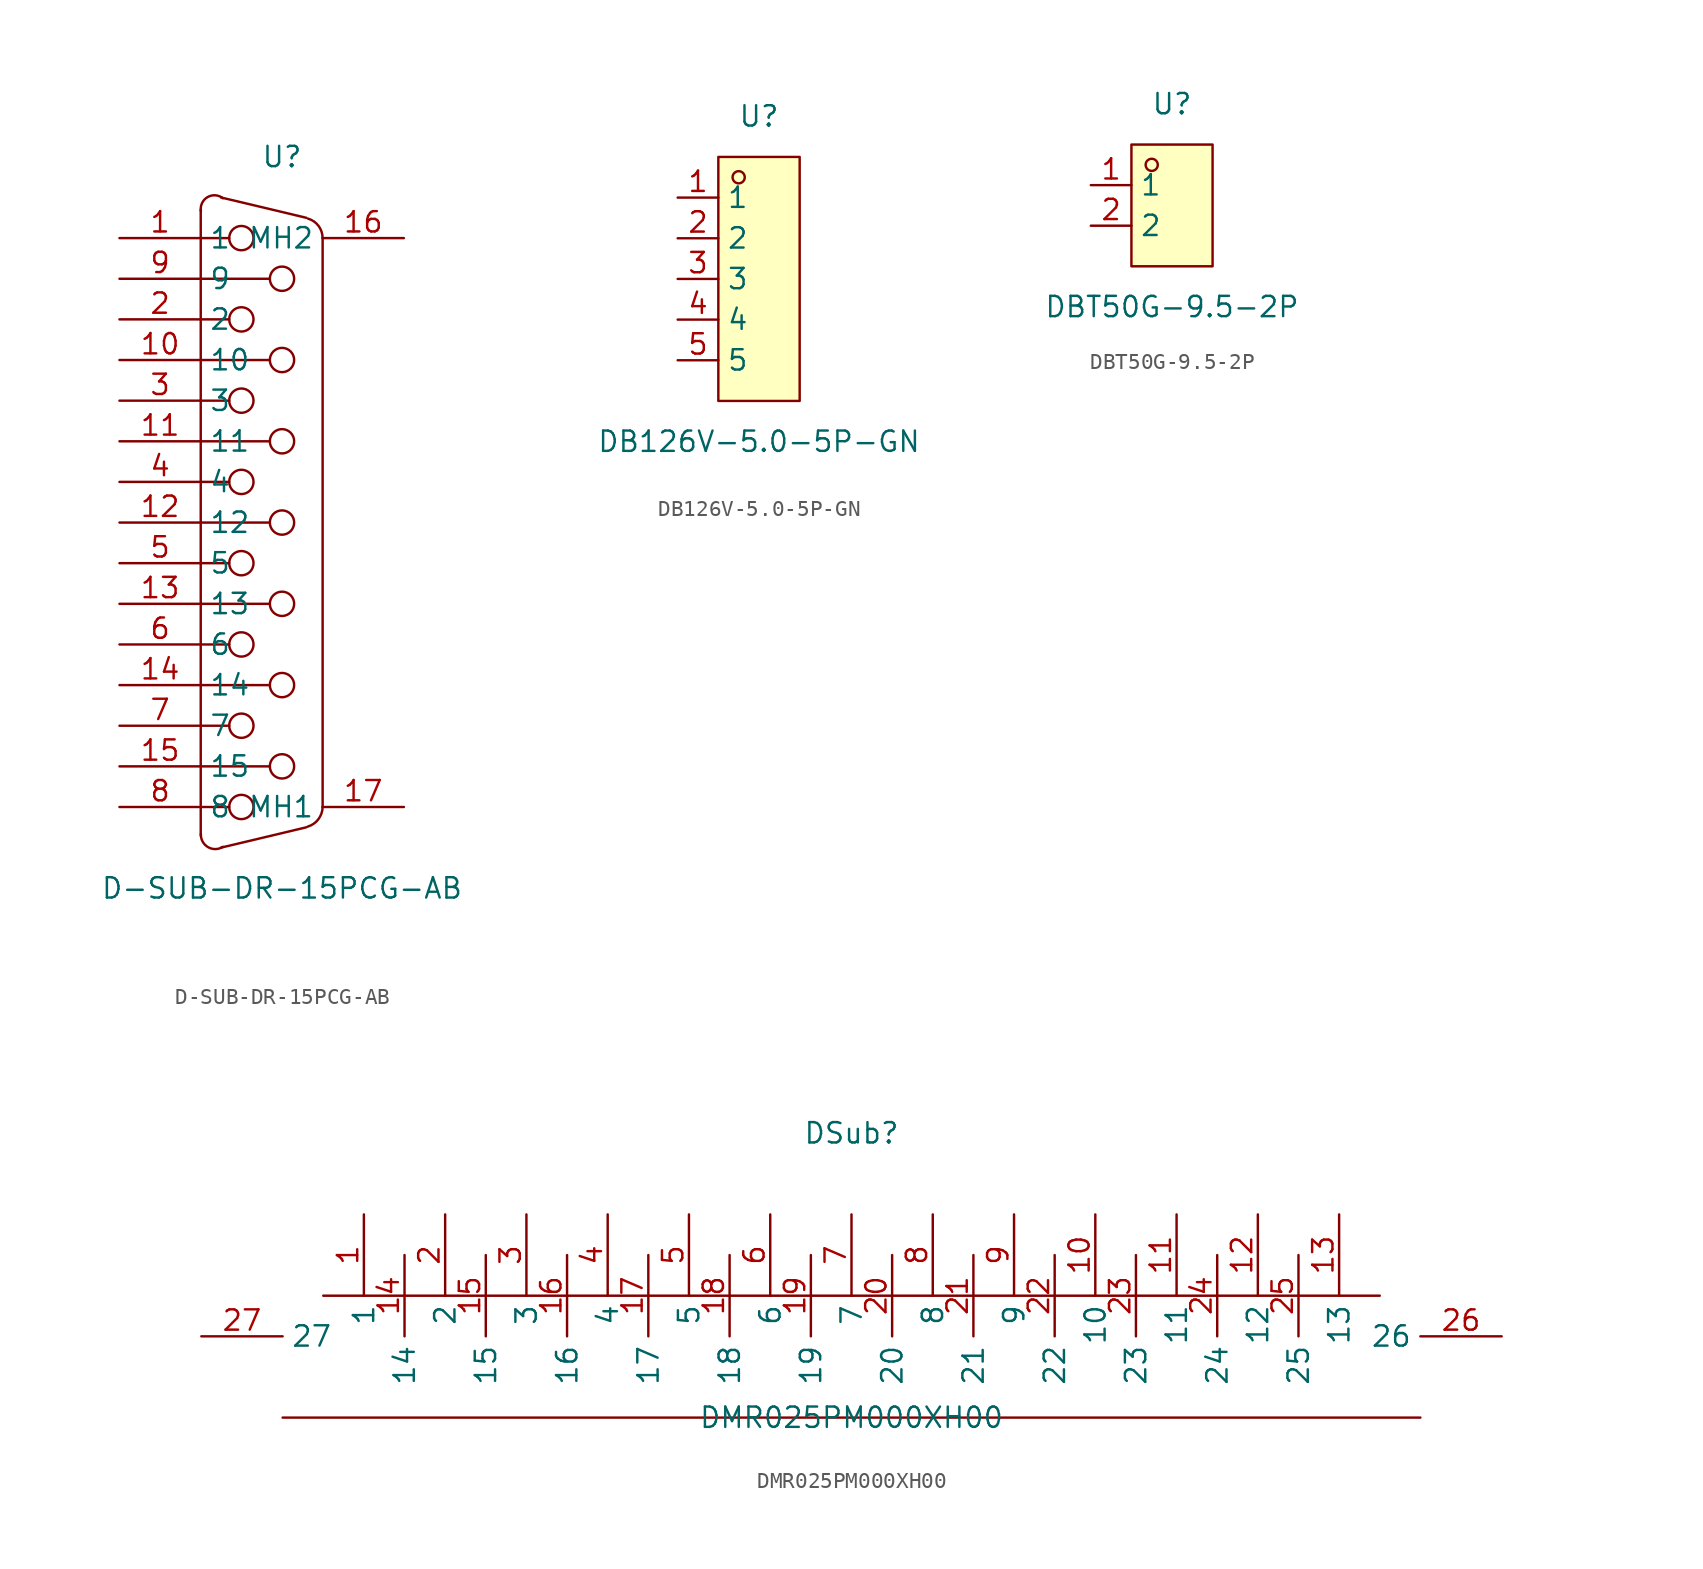
<source format=kicad_sym>
(kicad_symbol_lib
  (version 20211014)
  (generator https://github.com/uPesy/easyeda2kicad.py)
  (symbol "D-SUB-DR-15PCG-AB"
    (property "Reference" "U"
      (at 0 22.86 0)
      (effects (font (size 1.27 1.27))))
    (property "Value" "D-SUB-DR-15PCG-AB"
      (at 0 -22.86 0)
      (effects (font (size 1.27 1.27))))
    (symbol "D-SUB-DR-15PCG-AB_0_1"
      (circle (center 0.00 -0.00) (radius 0.76) (stroke (width 0) (type default) (color 0 0 0 0)) (fill (type none)))
      (circle (center 0.00 5.08) (radius 0.76) (stroke (width 0) (type default) (color 0 0 0 0)) (fill (type none)))
      (circle (center 0.00 10.16) (radius 0.76) (stroke (width 0) (type default) (color 0 0 0 0)) (fill (type none)))
      (circle (center 0.00 15.24) (radius 0.76) (stroke (width 0) (type default) (color 0 0 0 0)) (fill (type none)))
      (circle (center -2.54 -2.54) (radius 0.76) (stroke (width 0) (type default) (color 0 0 0 0)) (fill (type none)))
      (circle (center -2.54 2.54) (radius 0.76) (stroke (width 0) (type default) (color 0 0 0 0)) (fill (type none)))
      (circle (center -2.54 7.62) (radius 0.76) (stroke (width 0) (type default) (color 0 0 0 0)) (fill (type none)))
      (circle (center -2.54 12.70) (radius 0.76) (stroke (width 0) (type default) (color 0 0 0 0)) (fill (type none)))
      (circle (center -2.54 17.78) (radius 0.76) (stroke (width 0) (type default) (color 0 0 0 0)) (fill (type none)))
      (circle (center 0.00 -15.24) (radius 0.76) (stroke (width 0) (type default) (color 0 0 0 0)) (fill (type none)))
      (circle (center 0.00 -10.16) (radius 0.76) (stroke (width 0) (type default) (color 0 0 0 0)) (fill (type none)))
      (circle (center 0.00 -5.08) (radius 0.76) (stroke (width 0) (type default) (color 0 0 0 0)) (fill (type none)))
      (circle (center -2.54 -17.78) (radius 0.76) (stroke (width 0) (type default) (color 0 0 0 0)) (fill (type none)))
      (circle (center -2.54 -12.70) (radius 0.76) (stroke (width 0) (type default) (color 0 0 0 0)) (fill (type none)))
      (circle (center -2.54 -7.62) (radius 0.76) (stroke (width 0) (type default) (color 0 0 0 0)) (fill (type none)))
      (arc (start 2.54 17.78) (mid 2.24 16.96) (end 1.62 19.00) (stroke (width 0) (type default) (color 0 0 0 0)) (fill (type none)))
      (arc (start -3.69 20.27) (mid -4.96 20.04) (end -5.07 19.47) (stroke (width 0) (type default) (color 0 0 0 0)) (fill (type none)))
      (arc (start 1.60 -19.01) (mid 2.51 -18.03) (end 2.54 -17.78) (stroke (width 0) (type default) (color 0 0 0 0)) (fill (type none)))
      (arc (start -5.07 -19.47) (mid -4.96 -19.08) (end -3.69 -20.27) (stroke (width 0) (type default) (color 0 0 0 0)) (fill (type none)))
      (polyline (pts (xy -3.30 12.70) (xy -5.08 12.70)) (stroke (width 0) (type default) (color 0 0 0 0)) (fill (type none)))
      (polyline (pts (xy -3.30 17.78) (xy -5.08 17.78)) (stroke (width 0) (type default) (color 0 0 0 0)) (fill (type none)))
      (polyline (pts (xy -3.30 7.62) (xy -5.08 7.62)) (stroke (width 0) (type default) (color 0 0 0 0)) (fill (type none)))
      (polyline (pts (xy -5.08 15.24) (xy -0.76 15.24)) (stroke (width 0) (type default) (color 0 0 0 0)) (fill (type none)))
      (polyline (pts (xy -3.30 2.54) (xy -5.08 2.54)) (stroke (width 0) (type default) (color 0 0 0 0)) (fill (type none)))
      (polyline (pts (xy -5.08 10.16) (xy -0.76 10.16)) (stroke (width 0) (type default) (color 0 0 0 0)) (fill (type none)))
      (polyline (pts (xy -3.30 -2.54) (xy -5.08 -2.54)) (stroke (width 0) (type default) (color 0 0 0 0)) (fill (type none)))
      (polyline (pts (xy -5.08 5.08) (xy -0.76 5.08)) (stroke (width 0) (type default) (color 0 0 0 0)) (fill (type none)))
      (polyline (pts (xy -5.08 -0.00) (xy -0.76 -0.00)) (stroke (width 0) (type default) (color 0 0 0 0)) (fill (type none)))
      (polyline (pts (xy -5.08 -2.54) (xy -5.08 17.78)) (stroke (width 0) (type default) (color 0 0 0 0)) (fill (type none)))
      (polyline (pts (xy 2.54 -17.78) (xy 2.54 17.78)) (stroke (width 0) (type default) (color 0 0 0 0)) (fill (type none)))
      (polyline (pts (xy -5.08 19.56) (xy -5.08 17.78)) (stroke (width 0) (type default) (color 0 0 0 0)) (fill (type none)))
      (polyline (pts (xy 1.52 19.05) (xy -3.81 20.32)) (stroke (width 0) (type default) (color 0 0 0 0)) (fill (type none)))
      (polyline (pts (xy -5.08 -19.56) (xy -5.08 -2.54)) (stroke (width 0) (type default) (color 0 0 0 0)) (fill (type none)))
      (polyline (pts (xy 1.52 -19.05) (xy -3.81 -20.32)) (stroke (width 0) (type default) (color 0 0 0 0)) (fill (type none)))
      (polyline (pts (xy -3.30 -7.62) (xy -5.08 -7.62)) (stroke (width 0) (type default) (color 0 0 0 0)) (fill (type none)))
      (polyline (pts (xy -3.30 -12.70) (xy -5.08 -12.70)) (stroke (width 0) (type default) (color 0 0 0 0)) (fill (type none)))
      (polyline (pts (xy -5.08 -5.08) (xy -0.76 -5.08)) (stroke (width 0) (type default) (color 0 0 0 0)) (fill (type none)))
      (polyline (pts (xy -3.30 -17.78) (xy -5.08 -17.78)) (stroke (width 0) (type default) (color 0 0 0 0)) (fill (type none)))
      (polyline (pts (xy -5.08 -10.16) (xy -0.76 -10.16)) (stroke (width 0) (type default) (color 0 0 0 0)) (fill (type none)))
      (polyline (pts (xy -5.08 -15.24) (xy -0.76 -15.24)) (stroke (width 0) (type default) (color 0 0 0 0)) (fill (type none)))
      (pin input line (at -10.16 17.78 0) (length 5.08) (name "1" (effects (font (size 1.27 1.27)))) (number "1" (effects (font (size 1.27 1.27)))))
      (pin input line (at -10.16 12.70 0) (length 5.08) (name "2" (effects (font (size 1.27 1.27)))) (number "2" (effects (font (size 1.27 1.27)))))
      (pin input line (at -10.16 7.62 0) (length 5.08) (name "3" (effects (font (size 1.27 1.27)))) (number "3" (effects (font (size 1.27 1.27)))))
      (pin input line (at -10.16 2.54 0) (length 5.08) (name "4" (effects (font (size 1.27 1.27)))) (number "4" (effects (font (size 1.27 1.27)))))
      (pin input line (at -10.16 -2.54 0) (length 5.08) (name "5" (effects (font (size 1.27 1.27)))) (number "5" (effects (font (size 1.27 1.27)))))
      (pin input line (at -10.16 15.24 0) (length 5.08) (name "9" (effects (font (size 1.27 1.27)))) (number "9" (effects (font (size 1.27 1.27)))))
      (pin input line (at -10.16 10.16 0) (length 5.08) (name "10" (effects (font (size 1.27 1.27)))) (number "10" (effects (font (size 1.27 1.27)))))
      (pin input line (at -10.16 5.08 0) (length 5.08) (name "11" (effects (font (size 1.27 1.27)))) (number "11" (effects (font (size 1.27 1.27)))))
      (pin input line (at 7.62 17.78 180) (length 5.08) (name "MH2" (effects (font (size 1.27 1.27)))) (number "16" (effects (font (size 1.27 1.27)))))
      (pin input line (at 7.62 -17.78 180) (length 5.08) (name "MH1" (effects (font (size 1.27 1.27)))) (number "17" (effects (font (size 1.27 1.27)))))
      (pin input line (at -10.16 -7.62 0) (length 5.08) (name "6" (effects (font (size 1.27 1.27)))) (number "6" (effects (font (size 1.27 1.27)))))
      (pin input line (at -10.16 -12.70 0) (length 5.08) (name "7" (effects (font (size 1.27 1.27)))) (number "7" (effects (font (size 1.27 1.27)))))
      (pin input line (at -10.16 -17.78 0) (length 5.08) (name "8" (effects (font (size 1.27 1.27)))) (number "8" (effects (font (size 1.27 1.27)))))
      (pin input line (at -10.16 -0.00 0) (length 5.08) (name "12" (effects (font (size 1.27 1.27)))) (number "12" (effects (font (size 1.27 1.27)))))
      (pin input line (at -10.16 -5.08 0) (length 5.08) (name "13" (effects (font (size 1.27 1.27)))) (number "13" (effects (font (size 1.27 1.27)))))
      (pin input line (at -10.16 -10.16 0) (length 5.08) (name "14" (effects (font (size 1.27 1.27)))) (number "14" (effects (font (size 1.27 1.27)))))
      (pin input line (at -10.16 -15.24 0) (length 5.08) (name "15" (effects (font (size 1.27 1.27)))) (number "15" (effects (font (size 1.27 1.27)))))))
  (symbol "DB126V-5.0-5P-GN"
    (property "Reference" "U"
      (at 0 10.16 0)
      (effects (font (size 1.27 1.27))))
    (property "Value" "DB126V-5.0-5P-GN"
      (at 0 -10.16 0)
      (effects (font (size 1.27 1.27))))
    (symbol "DB126V-5.0-5P-GN_0_1"
      (rectangle (start -2.54 7.62) (end 2.54 -7.62) (stroke (width 0) (type default) (color 0 0 0 0)) (fill (type background)))
      (circle (center -1.27 6.35) (radius 0.38) (stroke (width 0) (type default) (color 0 0 0 0)) (fill (type none)))
      (pin unspecified line (at -5.08 5.08 0) (length 2.54) (name "1" (effects (font (size 1.27 1.27)))) (number "1" (effects (font (size 1.27 1.27)))))
      (pin unspecified line (at -5.08 2.54 0) (length 2.54) (name "2" (effects (font (size 1.27 1.27)))) (number "2" (effects (font (size 1.27 1.27)))))
      (pin unspecified line (at -5.08 -0.00 0) (length 2.54) (name "3" (effects (font (size 1.27 1.27)))) (number "3" (effects (font (size 1.27 1.27)))))
      (pin unspecified line (at -5.08 -2.54 0) (length 2.54) (name "4" (effects (font (size 1.27 1.27)))) (number "4" (effects (font (size 1.27 1.27)))))
      (pin unspecified line (at -5.08 -5.08 0) (length 2.54) (name "5" (effects (font (size 1.27 1.27)))) (number "5" (effects (font (size 1.27 1.27)))))))
  (symbol "DBT50G-9.5-2P"
    (property "Reference" "U"
      (at 0 6.35 0)
      (effects (font (size 1.27 1.27))))
    (property "Value" "DBT50G-9.5-2P"
      (at 0 -6.35 0)
      (effects (font (size 1.27 1.27))))
    (symbol "DBT50G-9.5-2P_0_1"
      (rectangle (start -2.54 3.81) (end 2.54 -3.81) (stroke (width 0) (type default) (color 0 0 0 0)) (fill (type background)))
      (circle (center -1.27 2.54) (radius 0.38) (stroke (width 0) (type default) (color 0 0 0 0)) (fill (type none)))
      (pin unspecified line (at -5.08 1.27 0) (length 2.54) (name "1" (effects (font (size 1.27 1.27)))) (number "1" (effects (font (size 1.27 1.27)))))
      (pin unspecified line (at -5.08 -1.27 0) (length 2.54) (name "2" (effects (font (size 1.27 1.27)))) (number "2" (effects (font (size 1.27 1.27)))))))
  (symbol "DMR025PM000XH00"
    (property "Reference" "DSub"
      (at 0 11.43 0)
      (effects (font (size 1.27 1.27))))
    (property "Value" "DMR025PM000XH00"
      (at 0 -6.35 0)
      (effects (font (size 1.27 1.27))))
    (symbol "DMR025PM000XH00_0_1"
      (polyline (pts (xy -33.02 1.27)) (stroke (width 0) (type default) (color 0 0 0 0)) (fill (type background)))
      (polyline (pts (xy 33.02 1.27)) (stroke (width 0) (type default) (color 0 0 0 0)) (fill (type background)))
      (polyline (pts (xy -33.02 1.27) (xy 33.02 1.27)) (stroke (width 0) (type default) (color 0 0 0 0)) (fill (type none)))
      (polyline (pts (xy -35.56 -6.35) (xy 35.56 -6.35)) (stroke (width 0) (type default) (color 0 0 0 0)) (fill (type none)))
      (pin unspecified line (at -30.48 6.35 270) (length 5.08) (name "1" (effects (font (size 1.27 1.27)))) (number "1" (effects (font (size 1.27 1.27)))))
      (pin unspecified line (at -25.40 6.35 270) (length 5.08) (name "2" (effects (font (size 1.27 1.27)))) (number "2" (effects (font (size 1.27 1.27)))))
      (pin unspecified line (at -20.32 6.35 270) (length 5.08) (name "3" (effects (font (size 1.27 1.27)))) (number "3" (effects (font (size 1.27 1.27)))))
      (pin unspecified line (at -15.24 6.35 270) (length 5.08) (name "4" (effects (font (size 1.27 1.27)))) (number "4" (effects (font (size 1.27 1.27)))))
      (pin unspecified line (at -10.16 6.35 270) (length 5.08) (name "5" (effects (font (size 1.27 1.27)))) (number "5" (effects (font (size 1.27 1.27)))))
      (pin unspecified line (at -5.08 6.35 270) (length 5.08) (name "6" (effects (font (size 1.27 1.27)))) (number "6" (effects (font (size 1.27 1.27)))))
      (pin unspecified line (at 0.00 6.35 270) (length 5.08) (name "7" (effects (font (size 1.27 1.27)))) (number "7" (effects (font (size 1.27 1.27)))))
      (pin unspecified line (at 5.08 6.35 270) (length 5.08) (name "8" (effects (font (size 1.27 1.27)))) (number "8" (effects (font (size 1.27 1.27)))))
      (pin unspecified line (at 10.16 6.35 270) (length 5.08) (name "9" (effects (font (size 1.27 1.27)))) (number "9" (effects (font (size 1.27 1.27)))))
      (pin unspecified line (at 15.24 6.35 270) (length 5.08) (name "10" (effects (font (size 1.27 1.27)))) (number "10" (effects (font (size 1.27 1.27)))))
      (pin unspecified line (at 20.32 6.35 270) (length 5.08) (name "11" (effects (font (size 1.27 1.27)))) (number "11" (effects (font (size 1.27 1.27)))))
      (pin unspecified line (at 25.40 6.35 270) (length 5.08) (name "12" (effects (font (size 1.27 1.27)))) (number "12" (effects (font (size 1.27 1.27)))))
      (pin unspecified line (at 30.48 6.35 270) (length 5.08) (name "13" (effects (font (size 1.27 1.27)))) (number "13" (effects (font (size 1.27 1.27)))))
      (pin unspecified line (at -27.94 3.81 270) (length 5.08) (name "14" (effects (font (size 1.27 1.27)))) (number "14" (effects (font (size 1.27 1.27)))))
      (pin unspecified line (at -22.86 3.81 270) (length 5.08) (name "15" (effects (font (size 1.27 1.27)))) (number "15" (effects (font (size 1.27 1.27)))))
      (pin unspecified line (at -17.78 3.81 270) (length 5.08) (name "16" (effects (font (size 1.27 1.27)))) (number "16" (effects (font (size 1.27 1.27)))))
      (pin unspecified line (at -12.70 3.81 270) (length 5.08) (name "17" (effects (font (size 1.27 1.27)))) (number "17" (effects (font (size 1.27 1.27)))))
      (pin unspecified line (at -7.62 3.81 270) (length 5.08) (name "18" (effects (font (size 1.27 1.27)))) (number "18" (effects (font (size 1.27 1.27)))))
      (pin unspecified line (at -2.54 3.81 270) (length 5.08) (name "19" (effects (font (size 1.27 1.27)))) (number "19" (effects (font (size 1.27 1.27)))))
      (pin unspecified line (at 2.54 3.81 270) (length 5.08) (name "20" (effects (font (size 1.27 1.27)))) (number "20" (effects (font (size 1.27 1.27)))))
      (pin unspecified line (at 7.62 3.81 270) (length 5.08) (name "21" (effects (font (size 1.27 1.27)))) (number "21" (effects (font (size 1.27 1.27)))))
      (pin unspecified line (at 12.70 3.81 270) (length 5.08) (name "22" (effects (font (size 1.27 1.27)))) (number "22" (effects (font (size 1.27 1.27)))))
      (pin unspecified line (at 17.78 3.81 270) (length 5.08) (name "23" (effects (font (size 1.27 1.27)))) (number "23" (effects (font (size 1.27 1.27)))))
      (pin unspecified line (at 22.86 3.81 270) (length 5.08) (name "24" (effects (font (size 1.27 1.27)))) (number "24" (effects (font (size 1.27 1.27)))))
      (pin unspecified line (at 27.94 3.81 270) (length 5.08) (name "25" (effects (font (size 1.27 1.27)))) (number "25" (effects (font (size 1.27 1.27)))))
      (pin unspecified line (at 40.64 -1.27 180) (length 5.08) (name "26" (effects (font (size 1.27 1.27)))) (number "26" (effects (font (size 1.27 1.27)))))
      (pin unspecified line (at -40.64 -1.27 0) (length 5.08) (name "27" (effects (font (size 1.27 1.27)))) (number "27" (effects (font (size 1.27 1.27))))))))
</source>
